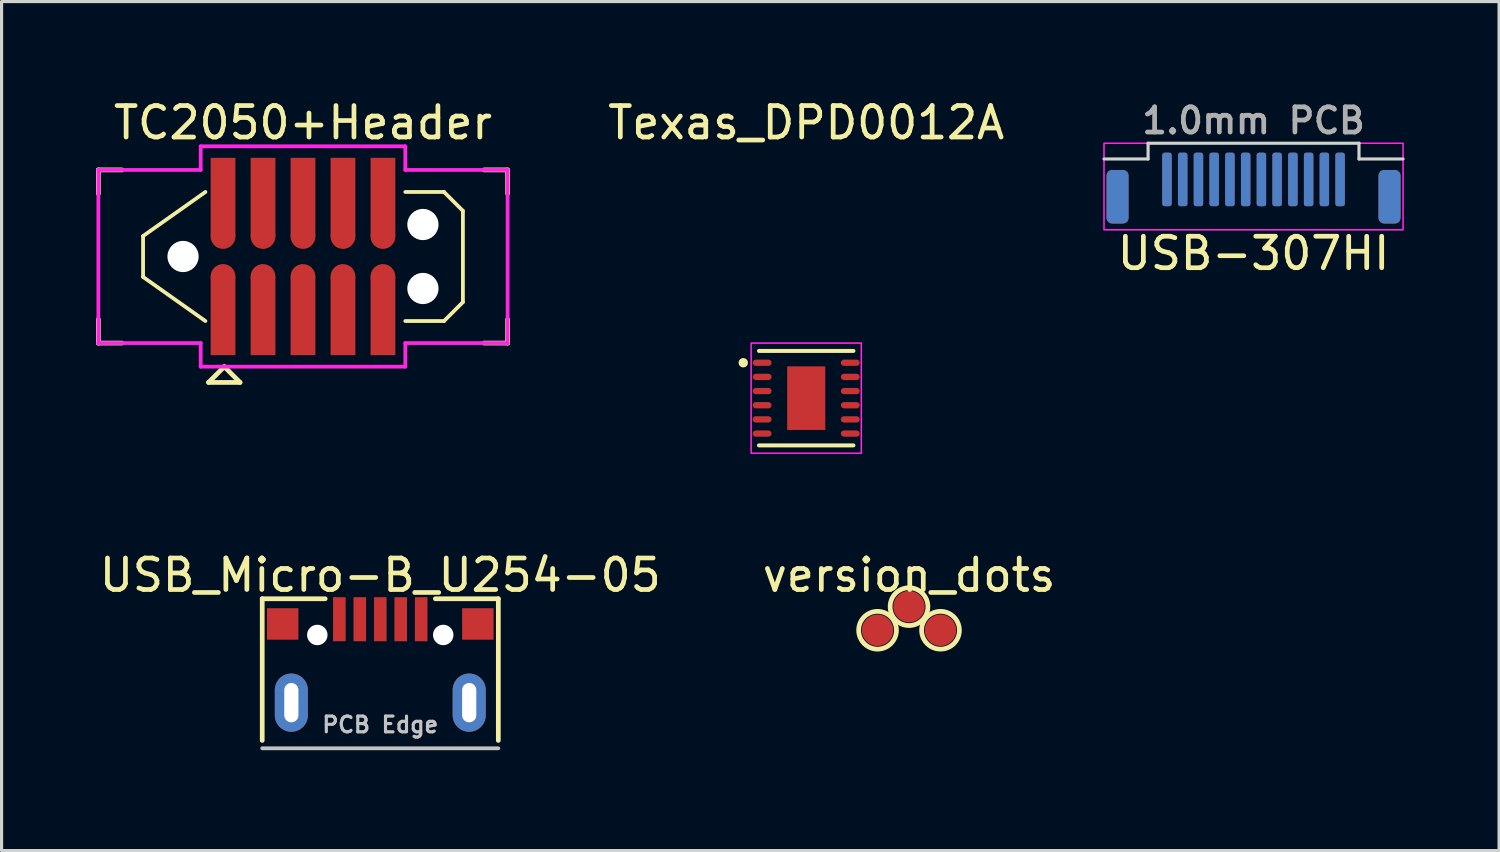
<source format=kicad_pcb>
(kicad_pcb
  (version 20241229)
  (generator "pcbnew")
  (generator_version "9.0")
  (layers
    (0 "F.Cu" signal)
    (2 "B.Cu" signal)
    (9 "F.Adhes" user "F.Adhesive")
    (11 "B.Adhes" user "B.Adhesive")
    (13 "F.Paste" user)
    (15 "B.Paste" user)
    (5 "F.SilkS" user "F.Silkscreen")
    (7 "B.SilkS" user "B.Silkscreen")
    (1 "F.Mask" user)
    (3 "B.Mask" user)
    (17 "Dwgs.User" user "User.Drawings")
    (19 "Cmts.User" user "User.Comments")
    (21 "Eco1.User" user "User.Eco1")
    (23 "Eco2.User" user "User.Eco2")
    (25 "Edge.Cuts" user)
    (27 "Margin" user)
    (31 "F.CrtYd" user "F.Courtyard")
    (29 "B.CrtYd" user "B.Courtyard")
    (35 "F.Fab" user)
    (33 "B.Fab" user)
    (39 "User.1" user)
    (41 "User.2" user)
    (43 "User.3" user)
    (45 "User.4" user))
  (footprint "USB-307HI"
    (layer "F.Cu")
    (at 36.771 2)
    (property "Reference" "USB-307HI" (at 0 3 0) (unlocked yes) (layer "F.SilkS") (effects (font (size 1 1) (thickness 0.15))))
    (attr smd)
    (fp_line (start -3.35 -0.5) (end -3.35 0) (stroke (width 0.1) (type default)) (layer "Edge.Cuts"))
    (fp_line (start -3.35 0) (end -4.75 0) (stroke (width 0.1) (type default)) (layer "Edge.Cuts"))
    (fp_line (start 3.35 -0.5) (end -3.35 -0.5) (stroke (width 0.1) (type default)) (layer "Edge.Cuts"))
    (fp_line (start 3.35 -0.5) (end 3.35 0) (stroke (width 0.1) (type default)) (layer "Edge.Cuts"))
    (fp_line (start 3.35 0) (end 4.75 0) (stroke (width 0.1) (type default)) (layer "Edge.Cuts"))
    (fp_rect (start -4.75 -0.5) (end 4.75 2.25) (stroke (width 0.05) (type default)) (fill no) (layer "F.CrtYd"))
    (fp_text user "1.0mm PCB" (at 0 -0.75 0) (unlocked yes) (layer "F.Fab") (effects (font (size 0.8 0.8) (thickness 0.15)) (justify bottom)))
    (pad "A1" smd roundrect (at 2.75 0.65) (size 0.3 1.7) (layers "F.Cu" "F.Mask" "F.Paste") (roundrect_rratio 0.25))
    (pad "A2" smd roundrect (at 2.25 0.65) (size 0.3 1.7) (layers "F.Cu" "F.Mask" "F.Paste") (roundrect_rratio 0.25))
    (pad "A3" smd roundrect (at 1.75 0.65) (size 0.3 1.7) (layers "F.Cu" "F.Mask" "F.Paste") (roundrect_rratio 0.25))
    (pad "A4" smd roundrect (at 1.25 0.65) (size 0.3 1.7) (layers "F.Cu" "F.Mask" "F.Paste") (roundrect_rratio 0.25))
    (pad "A5" smd roundrect (at 0.75 0.65) (size 0.3 1.7) (layers "F.Cu" "F.Mask" "F.Paste") (roundrect_rratio 0.25))
    (pad "A6" smd roundrect (at 0.25 0.65) (size 0.3 1.7) (layers "F.Cu" "F.Mask" "F.Paste") (roundrect_rratio 0.25))
    (pad "A7" smd roundrect (at -0.25 0.65) (size 0.3 1.7) (layers "F.Cu" "F.Mask" "F.Paste") (roundrect_rratio 0.25))
    (pad "A8" smd roundrect (at -0.75 0.65) (size 0.3 1.7) (layers "F.Cu" "F.Mask" "F.Paste") (roundrect_rratio 0.25))
    (pad "A9" smd roundrect (at -1.25 0.65) (size 0.3 1.7) (layers "F.Cu" "F.Mask" "F.Paste") (roundrect_rratio 0.25))
    (pad "A10" smd roundrect (at -1.75 0.65) (size 0.3 1.7) (layers "F.Cu" "F.Mask" "F.Paste") (roundrect_rratio 0.25))
    (pad "A11" smd roundrect (at -2.25 0.65) (size 0.3 1.7) (layers "F.Cu" "F.Mask" "F.Paste") (roundrect_rratio 0.25))
    (pad "A12" smd roundrect (at -2.75 0.65) (size 0.3 1.7) (layers "F.Cu" "F.Mask" "F.Paste") (roundrect_rratio 0.25))
    (pad "B1" smd roundrect (at -2.75 0.65) (size 0.3 1.7) (layers "B.Cu" "B.Mask" "B.Paste") (roundrect_rratio 0.25))
    (pad "B2" smd roundrect (at -2.25 0.65) (size 0.3 1.7) (layers "B.Cu" "B.Mask" "B.Paste") (roundrect_rratio 0.25))
    (pad "B3" smd roundrect (at -1.75 0.65) (size 0.3 1.7) (layers "B.Cu" "B.Mask" "B.Paste") (roundrect_rratio 0.25))
    (pad "B4" smd roundrect (at -1.25 0.65) (size 0.3 1.7) (layers "B.Cu" "B.Mask" "B.Paste") (roundrect_rratio 0.25))
    (pad "B5" smd roundrect (at -0.75 0.65) (size 0.3 1.7) (layers "B.Cu" "B.Mask" "B.Paste") (roundrect_rratio 0.25))
    (pad "B6" smd roundrect (at -0.25 0.65) (size 0.3 1.7) (layers "B.Cu" "B.Mask" "B.Paste") (roundrect_rratio 0.25))
    (pad "B7" smd roundrect (at 0.25 0.65) (size 0.3 1.7) (layers "B.Cu" "B.Mask" "B.Paste") (roundrect_rratio 0.25))
    (pad "B8" smd roundrect (at 0.75 0.65) (size 0.3 1.7) (layers "B.Cu" "B.Mask" "B.Paste") (roundrect_rratio 0.25))
    (pad "B9" smd roundrect (at 1.25 0.65) (size 0.3 1.7) (layers "B.Cu" "B.Mask" "B.Paste") (roundrect_rratio 0.25))
    (pad "B10" smd roundrect (at 1.75 0.65) (size 0.3 1.7) (layers "B.Cu" "B.Mask" "B.Paste") (roundrect_rratio 0.25))
    (pad "B11" smd roundrect (at 2.25 0.65) (size 0.3 1.7) (layers "B.Cu" "B.Mask" "B.Paste") (roundrect_rratio 0.25))
    (pad "B12" smd roundrect (at 2.75 0.65) (size 0.3 1.7) (layers "B.Cu" "B.Mask" "B.Paste") (roundrect_rratio 0.25))
    (pad "S1" smd roundrect (at -4.32 1.2) (size 0.7 1.7) (layers "F.Cu" "F.Mask" "F.Paste") (roundrect_rratio 0.25))
    (pad "S1" smd roundrect (at -4.32 1.2) (size 0.7 1.7) (layers "B.Cu" "B.Mask" "B.Paste") (roundrect_rratio 0.25))
    (pad "S1" smd roundrect (at 4.32 1.2) (size 0.7 1.7) (layers "F.Cu" "F.Mask" "F.Paste") (roundrect_rratio 0.25))
    (pad "S1" smd roundrect (at 4.32 1.2) (size 0.7 1.7) (layers "B.Cu" "B.Mask" "B.Paste") (roundrect_rratio 0.25)))
  (footprint "USB_Micro-B_U254-05"
    (layer "F.Cu")
    (at 9.03 20.721)
    (property "Reference" "USB_Micro-B_U254-05" (at 0 -5.5 0) (layer "F.SilkS") (effects (font (size 1 1) (thickness 0.15))))
    (attr through_hole)
    (fp_line (start -3.75 -4.75) (end -3.75 -0.25) (stroke (width 0.15) (type solid)) (layer "F.SilkS"))
    (fp_line (start -1.75 -4.75) (end -3.75 -4.75) (stroke (width 0.15) (type solid)) (layer "F.SilkS"))
    (fp_line (start 1.75 -4.75) (end 3.75 -4.75) (stroke (width 0.15) (type solid)) (layer "F.SilkS"))
    (fp_line (start 3.75 -4.75) (end 3.75 -0.25) (stroke (width 0.15) (type solid)) (layer "F.SilkS"))
    (fp_line (start -3.75 0) (end 3.75 0) (stroke (width 0.12) (type solid)) (layer "Dwgs.User"))
    (fp_text user "PCB Edge" (at 0 -0.75 0) (layer "Dwgs.User") (effects (font (size 0.5 0.5) (thickness 0.1))))
    (pad "" np_thru_hole circle (at -2 -3.6) (size 0.65 0.65) (drill 0.65) (layers "*.Cu" "*.Mask"))
    (pad "" np_thru_hole circle (at 2 -3.6) (size 0.65 0.65) (drill 0.65) (layers "*.Cu" "*.Mask"))
    (pad "1" smd rect (at -1.3 -4.1) (size 0.4 1.4) (layers "F.Cu" "F.Mask" "F.Paste"))
    (pad "2" smd rect (at -0.65 -4.1) (size 0.4 1.4) (layers "F.Cu" "F.Mask" "F.Paste"))
    (pad "3" smd rect (at 0 -4.1) (size 0.4 1.4) (layers "F.Cu" "F.Mask" "F.Paste"))
    (pad "4" smd rect (at 0.65 -4.1) (size 0.4 1.4) (layers "F.Cu" "F.Mask" "F.Paste"))
    (pad "5" smd rect (at 1.3 -4.1) (size 0.4 1.4) (layers "F.Cu" "F.Mask" "F.Paste"))
    (pad "6" smd rect (at -3.1 -3.95) (size 1 1) (layers "F.Cu" "F.Mask" "F.Paste"))
    (pad "6" thru_hole oval (at -2.825 -1.45) (size 1.05 1.85) (drill oval 0.45 1.25) (layers "*.Cu" "*.Mask"))
    (pad "6" thru_hole oval (at 2.825 -1.45) (size 1.05 1.85) (drill oval 0.45 1.25) (layers "*.Cu" "*.Mask"))
    (pad "6" smd rect (at 3.1 -3.95) (size 1 1) (layers "F.Cu" "F.Mask" "F.Paste")))
  (footprint "version_dots"
    (layer "F.Cu")
    (at 25.827 16.221)
    (property "Reference" "version_dots" (at 0 -1 0) (layer "F.SilkS") (effects (font (size 1 1) (thickness 0.15))))
    (attr smd)
    (fp_circle (center -1 0.75) (end -0.4 0.75) (stroke (width 0.15) (type solid)) (fill no) (layer "F.SilkS"))
    (fp_circle (center 0 0) (end 0.6 0) (stroke (width 0.15) (type solid)) (fill no) (layer "F.SilkS"))
    (fp_circle (center 1 0.75) (end 1.6 0.75) (stroke (width 0.15) (type solid)) (fill no) (layer "F.SilkS"))
    (pad "" smd circle (at -1 0.75) (size 1 1) (layers "F.Cu" "F.Mask" "F.Paste"))
    (pad "" smd circle (at 0 0) (size 1 1) (layers "F.Cu" "F.Mask" "F.Paste"))
    (pad "" smd circle (at 1 0.75) (size 1 1) (layers "F.Cu" "F.Mask" "F.Paste")))
  (footprint "Texas_DPD0012A"
    (layer "F.Cu")
    (at 22.561 9.598)
    (property "Reference" "Texas_DPD0012A" (at 0 -8.75 0) (unlocked yes) (layer "F.SilkS") (effects (font (size 1 1) (thickness 0.15))))
    (attr smd)
    (fp_line (start -1.5 -1.5) (end 1.5 -1.5) (stroke (width 0.127) (type solid)) (layer "F.SilkS"))
    (fp_line (start -1.5 1.5) (end 1.5 1.5) (stroke (width 0.127) (type solid)) (layer "F.SilkS"))
    (fp_circle (center -2 -1.125) (end -1.925 -1.125) (stroke (width 0.15) (type solid)) (fill no) (layer "F.SilkS"))
    (fp_rect (start -1.75 -1.75) (end 1.75 1.75) (stroke (width 0.05) (type solid)) (fill no) (layer "F.CrtYd"))
    (pad "1" smd roundrect (at -1.4 -1.125) (size 0.6 0.2) (layers "F.Cu" "F.Mask" "F.Paste") (roundrect_rratio 0.5))
    (pad "2" smd roundrect (at -1.4 -0.675) (size 0.6 0.2) (layers "F.Cu" "F.Mask" "F.Paste") (roundrect_rratio 0.5))
    (pad "3" smd roundrect (at -1.4 -0.225) (size 0.6 0.2) (layers "F.Cu" "F.Mask" "F.Paste") (roundrect_rratio 0.5))
    (pad "4" smd roundrect (at -1.4 0.225) (size 0.6 0.2) (layers "F.Cu" "F.Mask" "F.Paste") (roundrect_rratio 0.5))
    (pad "5" smd roundrect (at -1.4 0.675) (size 0.6 0.2) (layers "F.Cu" "F.Mask" "F.Paste") (roundrect_rratio 0.5))
    (pad "6" smd roundrect (at -1.4 1.125) (size 0.6 0.2) (layers "F.Cu" "F.Mask" "F.Paste") (roundrect_rratio 0.5))
    (pad "7" smd roundrect (at 1.4 1.125) (size 0.6 0.2) (layers "F.Cu" "F.Mask" "F.Paste") (roundrect_rratio 0.5))
    (pad "8" smd roundrect (at 1.4 0.675) (size 0.6 0.2) (layers "F.Cu" "F.Mask" "F.Paste") (roundrect_rratio 0.5))
    (pad "9" smd roundrect (at 1.4 0.225) (size 0.6 0.2) (layers "F.Cu" "F.Mask" "F.Paste") (roundrect_rratio 0.5))
    (pad "10" smd roundrect (at 1.4 -0.225) (size 0.6 0.2) (layers "F.Cu" "F.Mask" "F.Paste") (roundrect_rratio 0.5))
    (pad "11" smd roundrect (at 1.4 -0.675) (size 0.6 0.2) (layers "F.Cu" "F.Mask" "F.Paste") (roundrect_rratio 0.5))
    (pad "12" smd roundrect (at 1.4 -1.125) (size 0.6 0.2) (layers "F.Cu" "F.Mask" "F.Paste") (roundrect_rratio 0.5))
    (pad "13" smd rect (at 0 0) (size 1.21 2.02) (layers "F.Cu" "F.Mask" "F.Paste")))
  (footprint "TC2050+Header"
    (layer "F.Cu")
    (at 6.575 5.098)
    (property "Reference" "TC2050+Header" (at 0 -4.25 0) (layer "F.SilkS") (effects (font (size 1 1) (thickness 0.15))))
    (attr exclude_from_pos_files exclude_from_bom)
    (fp_line (start -6.5 -2.75) (end -6.5 -2) (stroke (width 0.15) (type solid)) (layer "F.SilkS"))
    (fp_line (start -6.5 -2.75) (end -5.75 -2.75) (stroke (width 0.15) (type solid)) (layer "F.SilkS"))
    (fp_line (start -6.5 2.75) (end -6.5 2) (stroke (width 0.15) (type solid)) (layer "F.SilkS"))
    (fp_line (start -6.5 2.75) (end -5.75 2.75) (stroke (width 0.15) (type solid)) (layer "F.SilkS"))
    (fp_line (start -5.08 -0.65) (end -3.1 -2.05) (stroke (width 0.12) (type solid)) (layer "F.SilkS"))
    (fp_line (start -5.08 0.65) (end -5.08 -0.65) (stroke (width 0.12) (type solid)) (layer "F.SilkS"))
    (fp_line (start -3.1 2.05) (end -5.08 0.65) (stroke (width 0.12) (type solid)) (layer "F.SilkS"))
    (fp_line (start -3 4) (end -2 4) (stroke (width 0.15) (type solid)) (layer "F.SilkS"))
    (fp_line (start -2.5 3.5) (end -3 4) (stroke (width 0.15) (type solid)) (layer "F.SilkS"))
    (fp_line (start -2 4) (end -2.5 3.5) (stroke (width 0.15) (type solid)) (layer "F.SilkS"))
    (fp_line (start 3.25 -2.05) (end 4.48 -2.05) (stroke (width 0.12) (type solid)) (layer "F.SilkS"))
    (fp_line (start 4.48 -2.05) (end 5.08 -1.45) (stroke (width 0.12) (type solid)) (layer "F.SilkS"))
    (fp_line (start 4.48 2.05) (end 3.25 2.05) (stroke (width 0.12) (type solid)) (layer "F.SilkS"))
    (fp_line (start 4.48 2.05) (end 5.08 1.45) (stroke (width 0.12) (type solid)) (layer "F.SilkS"))
    (fp_line (start 5.08 -1.45) (end 5.08 1.45) (stroke (width 0.12) (type solid)) (layer "F.SilkS"))
    (fp_line (start 6.5 -2.75) (end 5.75 -2.75) (stroke (width 0.15) (type solid)) (layer "F.SilkS"))
    (fp_line (start 6.5 -2.75) (end 6.5 -2) (stroke (width 0.15) (type solid)) (layer "F.SilkS"))
    (fp_line (start 6.5 2.75) (end 5.75 2.75) (stroke (width 0.15) (type solid)) (layer "F.SilkS"))
    (fp_line (start 6.5 2.75) (end 6.5 2) (stroke (width 0.15) (type solid)) (layer "F.SilkS"))
    (fp_line (start -6.5 -2.75) (end -3.25 -2.75) (stroke (width 0.12) (type solid)) (layer "F.CrtYd"))
    (fp_line (start -6.5 2.75) (end -6.5 -2.75) (stroke (width 0.12) (type solid)) (layer "F.CrtYd"))
    (fp_line (start -3.25 -3.5) (end 3.25 -3.5) (stroke (width 0.12) (type solid)) (layer "F.CrtYd"))
    (fp_line (start -3.25 -2.75) (end -3.25 -3.5) (stroke (width 0.12) (type solid)) (layer "F.CrtYd"))
    (fp_line (start -3.25 2.75) (end -6.5 2.75) (stroke (width 0.12) (type solid)) (layer "F.CrtYd"))
    (fp_line (start -3.25 3.5) (end -3.25 2.75) (stroke (width 0.12) (type solid)) (layer "F.CrtYd"))
    (fp_line (start 3.25 -3.5) (end 3.25 -2.75) (stroke (width 0.12) (type solid)) (layer "F.CrtYd"))
    (fp_line (start 3.25 -2.75) (end 6.5 -2.75) (stroke (width 0.12) (type solid)) (layer "F.CrtYd"))
    (fp_line (start 3.25 2.75) (end 3.25 3.5) (stroke (width 0.12) (type solid)) (layer "F.CrtYd"))
    (fp_line (start 3.25 3.5) (end -3.25 3.5) (stroke (width 0.12) (type solid)) (layer "F.CrtYd"))
    (fp_line (start 6.5 -2.75) (end 6.5 2.75) (stroke (width 0.12) (type solid)) (layer "F.CrtYd"))
    (fp_line (start 6.5 2.75) (end 3.25 2.75) (stroke (width 0.12) (type solid)) (layer "F.CrtYd"))
    (pad "" np_thru_hole circle (at -3.81 0) (size 0.991 0.991) (drill 0.991) (layers "*.Cu" "*.Mask"))
    (pad "" np_thru_hole circle (at 3.81 -1.016) (size 0.991 0.991) (drill 0.991) (layers "*.Cu" "*.Mask"))
    (pad "" np_thru_hole circle (at 3.81 1.016) (size 0.991 0.991) (drill 0.991) (layers "*.Cu" "*.Mask"))
    (pad "1" connect circle (at -2.54 0.635) (size 0.787 0.787) (layers "F.Cu" "F.Mask"))
    (pad "1" smd rect (at -2.54 1.885 90) (size 2.5 0.787) (layers "F.Cu" "F.Mask" "F.Paste"))
    (pad "2" smd rect (at -2.54 -1.885 90) (size 2.5 0.787) (layers "F.Cu" "F.Mask" "F.Paste"))
    (pad "2" connect circle (at -2.54 -0.635) (size 0.787 0.787) (layers "F.Cu" "F.Mask"))
    (pad "3" connect circle (at -1.27 0.635) (size 0.787 0.787) (layers "F.Cu" "F.Mask"))
    (pad "3" smd rect (at -1.27 1.885 90) (size 2.5 0.787) (layers "F.Cu" "F.Mask" "F.Paste"))
    (pad "4" smd rect (at -1.27 -1.885 90) (size 2.5 0.787) (layers "F.Cu" "F.Mask" "F.Paste"))
    (pad "4" connect circle (at -1.27 -0.635) (size 0.787 0.787) (layers "F.Cu" "F.Mask"))
    (pad "5" connect circle (at 0 0.635 90) (size 0.787 0.787) (layers "F.Cu" "F.Mask"))
    (pad "5" smd rect (at 0 1.885 90) (size 2.5 0.787) (layers "F.Cu" "F.Mask" "F.Paste"))
    (pad "6" smd rect (at 0 -1.885 90) (size 2.5 0.787) (layers "F.Cu" "F.Mask" "F.Paste"))
    (pad "6" connect circle (at 0 -0.635) (size 0.787 0.787) (layers "F.Cu" "F.Mask"))
    (pad "7" connect circle (at 1.27 0.635) (size 0.787 0.787) (layers "F.Cu" "F.Mask"))
    (pad "7" smd rect (at 1.27 1.885 90) (size 2.5 0.787) (layers "F.Cu" "F.Mask" "F.Paste"))
    (pad "8" smd rect (at 1.27 -1.885 90) (size 2.5 0.787) (layers "F.Cu" "F.Mask" "F.Paste"))
    (pad "8" connect circle (at 1.27 -0.635) (size 0.787 0.787) (layers "F.Cu" "F.Mask"))
    (pad "9" connect circle (at 2.54 0.635) (size 0.787 0.787) (layers "F.Cu" "F.Mask"))
    (pad "9" smd rect (at 2.54 1.885 90) (size 2.5 0.787) (layers "F.Cu" "F.Mask" "F.Paste"))
    (pad "10" smd rect (at 2.54 -1.885 90) (size 2.5 0.787) (layers "F.Cu" "F.Mask" "F.Paste"))
    (pad "10" connect circle (at 2.54 -0.635) (size 0.787 0.787) (layers "F.Cu" "F.Mask")))
  (gr_rect
    (start -3 -3)
    (end 44.571 23.971)
    (stroke (width 0.1) (type default))
    (fill no)
    (layer "Edge.Cuts")))
</source>
